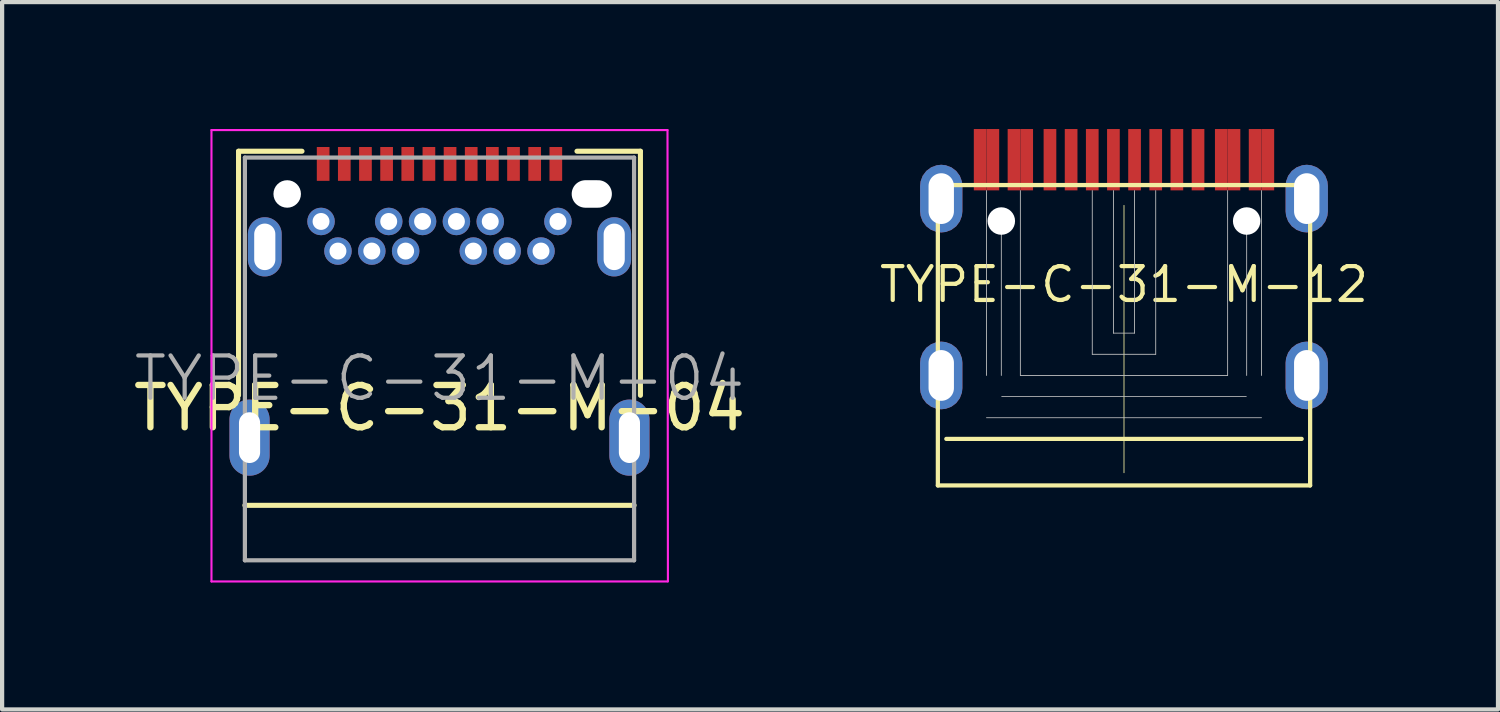
<source format=kicad_pcb>
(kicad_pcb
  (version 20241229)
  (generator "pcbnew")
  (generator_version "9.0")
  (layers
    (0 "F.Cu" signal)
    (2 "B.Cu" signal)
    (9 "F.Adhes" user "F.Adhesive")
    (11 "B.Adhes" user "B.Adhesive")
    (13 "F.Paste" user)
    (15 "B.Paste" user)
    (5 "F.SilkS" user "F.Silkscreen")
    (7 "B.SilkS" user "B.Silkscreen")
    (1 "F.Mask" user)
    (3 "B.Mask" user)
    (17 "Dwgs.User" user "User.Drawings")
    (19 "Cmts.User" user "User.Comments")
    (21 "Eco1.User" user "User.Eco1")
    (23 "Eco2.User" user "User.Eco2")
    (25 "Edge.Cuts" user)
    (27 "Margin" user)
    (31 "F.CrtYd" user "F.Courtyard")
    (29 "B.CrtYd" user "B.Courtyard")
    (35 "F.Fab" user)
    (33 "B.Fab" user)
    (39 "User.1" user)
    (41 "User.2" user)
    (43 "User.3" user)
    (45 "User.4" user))
  (footprint "TYPE-C-31-M-12"
    (layer "F.Cu")
    (at 23.52 5.825)
    (property "Reference" "TYPE-C-31-M-12" (at 0 -2.15 0) (layer "F.SilkS") (effects (font (size 0.8 0.8) (thickness 0.1))))
    (attr smd)
    (fp_line (start -4.4 -4.5) (end -4.4 2.6) (stroke (width 0.1) (type solid)) (layer "F.SilkS"))
    (fp_line (start -4.4 -4.5) (end 4.4 -4.5) (stroke (width 0.1) (type solid)) (layer "F.SilkS"))
    (fp_line (start 0 -4.02) (end 0 2.3) (stroke (width 0.02) (type solid)) (layer "F.SilkS"))
    (fp_line (start 4.2 1.5) (end -4.2 1.5) (stroke (width 0.1) (type solid)) (layer "F.SilkS"))
    (fp_line (start 4.4 -4.5) (end 4.4 2.6) (stroke (width 0.1) (type solid)) (layer "F.SilkS"))
    (fp_line (start 4.4 2.6) (end -4.4 2.6) (stroke (width 0.1) (type solid)) (layer "F.SilkS"))
    (fp_line (start -3.25 -4.37) (end -3.25 0) (stroke (width 0.02) (type solid)) (layer "Dwgs.User"))
    (fp_line (start -3.25 1) (end 3.25 1) (stroke (width 0.02) (type solid)) (layer "Dwgs.User"))
    (fp_line (start -2.9 -3.65) (end -2.9 0) (stroke (width 0.02) (type solid)) (layer "Dwgs.User"))
    (fp_line (start -2.89 0.5) (end 2.89 0.5) (stroke (width 0.02) (type solid)) (layer "Dwgs.User"))
    (fp_line (start -2.45 -4.37) (end -2.45 0) (stroke (width 0.02) (type solid)) (layer "Dwgs.User"))
    (fp_line (start -2.45 0) (end 2.45 0) (stroke (width 0.02) (type solid)) (layer "Dwgs.User"))
    (fp_line (start -0.75 -4.37) (end -0.75 -0.5) (stroke (width 0.02) (type solid)) (layer "Dwgs.User"))
    (fp_line (start -0.75 -0.5) (end 0.75 -0.5) (stroke (width 0.02) (type solid)) (layer "Dwgs.User"))
    (fp_line (start -0.25 -4.37) (end -0.25 -1) (stroke (width 0.02) (type solid)) (layer "Dwgs.User"))
    (fp_line (start -0.25 -1) (end 0.25 -1) (stroke (width 0.02) (type solid)) (layer "Dwgs.User"))
    (fp_line (start 0.25 -4.37) (end 0.25 -1) (stroke (width 0.02) (type solid)) (layer "Dwgs.User"))
    (fp_line (start 0.75 -4.37) (end 0.75 -0.5) (stroke (width 0.02) (type solid)) (layer "Dwgs.User"))
    (fp_line (start 2.45 -4.37) (end 2.45 0) (stroke (width 0.02) (type solid)) (layer "Dwgs.User"))
    (fp_line (start 2.9 -3.65) (end 2.9 0) (stroke (width 0.02) (type solid)) (layer "Dwgs.User"))
    (fp_line (start 3.25 -4.37) (end 3.25 0) (stroke (width 0.02) (type solid)) (layer "Dwgs.User"))
    (pad "" np_thru_hole circle (at -2.9 -3.65) (size 0.65 0.65) (drill 0.65) (layers "*.Cu" "*.Mask"))
    (pad "" np_thru_hole circle (at 2.9 -3.65) (size 0.65 0.65) (drill 0.65) (layers "*.Cu" "*.Mask"))
    (pad "A1" smd rect (at -3.4 -5.1) (size 0.3 1.45) (layers "F.Cu" "F.Mask" "F.Paste"))
    (pad "A4" smd rect (at -2.6 -5.1) (size 0.3 1.45) (layers "F.Cu" "F.Mask" "F.Paste"))
    (pad "A5" smd rect (at -1.25 -5.1) (size 0.3 1.45) (layers "F.Cu" "F.Mask" "F.Paste"))
    (pad "A6" smd rect (at -0.25 -5.1) (size 0.3 1.45) (layers "F.Cu" "F.Mask" "F.Paste"))
    (pad "A7" smd rect (at 0.25 -5.1) (size 0.3 1.45) (layers "F.Cu" "F.Mask" "F.Paste"))
    (pad "A8" smd rect (at 1.25 -5.1) (size 0.3 1.45) (layers "F.Cu" "F.Mask" "F.Paste"))
    (pad "A9" smd rect (at 2.6 -5.1) (size 0.3 1.45) (layers "F.Cu" "F.Mask" "F.Paste"))
    (pad "A12" smd rect (at 3.4 -5.1) (size 0.3 1.45) (layers "F.Cu" "F.Mask" "F.Paste"))
    (pad "B1" smd rect (at 3.1 -5.1) (size 0.3 1.45) (layers "F.Cu" "F.Mask" "F.Paste"))
    (pad "B4" smd rect (at 2.3 -5.1) (size 0.3 1.45) (layers "F.Cu" "F.Mask" "F.Paste"))
    (pad "B5" smd rect (at 1.75 -5.1) (size 0.3 1.45) (layers "F.Cu" "F.Mask" "F.Paste"))
    (pad "B6" smd rect (at 0.75 -5.1) (size 0.3 1.45) (layers "F.Cu" "F.Mask" "F.Paste"))
    (pad "B7" smd rect (at -0.75 -5.1) (size 0.3 1.45) (layers "F.Cu" "F.Mask" "F.Paste"))
    (pad "B8" smd rect (at -1.75 -5.1) (size 0.3 1.45) (layers "F.Cu" "F.Mask" "F.Paste"))
    (pad "B9" smd rect (at -2.3 -5.1) (size 0.3 1.45) (layers "F.Cu" "F.Mask" "F.Paste"))
    (pad "B12" smd rect (at -3.1 -5.1) (size 0.3 1.45) (layers "F.Cu" "F.Mask" "F.Paste"))
    (pad "S1" thru_hole roundrect (at -4.32 -4.18) (size 1 1.6) (drill oval 0.6 1.2) (layers "*.Cu" "*.Mask") (roundrect_rratio 0.5))
    (pad "S1" thru_hole roundrect (at -4.32 0) (size 1 1.6) (drill oval 0.6 1.2) (layers "*.Cu" "*.Mask") (roundrect_rratio 0.5))
    (pad "S1" thru_hole roundrect (at 4.32 -4.18) (size 1 1.6) (drill oval 0.6 1.2) (layers "*.Cu" "*.Mask") (roundrect_rratio 0.5))
    (pad "S1" thru_hole roundrect (at 4.32 0) (size 1 1.6) (drill oval 0.6 1.2) (layers "*.Cu" "*.Mask") (roundrect_rratio 0.5)))
  (footprint "TYPE-C-31-M-04"
    (layer "F.Cu")
    (at 7.339 5.895)
    (property "Reference" "TYPE-C-31-M-04" (at 0 0.7 180) (layer "F.SilkS") (effects (font (size 1 1) (thickness 0.15))))
    (attr smd)
    (fp_line (start -4.75 -5.37) (end -4.75 0.4) (stroke (width 0.12) (type solid)) (layer "F.SilkS"))
    (fp_line (start -4.75 -5.37) (end -3.25 -5.37) (stroke (width 0.12) (type solid)) (layer "F.SilkS"))
    (fp_line (start -4.6 3) (end 4.6 3) (stroke (width 0.12) (type solid)) (layer "F.SilkS"))
    (fp_line (start 3.25 -5.37) (end 4.75 -5.37) (stroke (width 0.12) (type solid)) (layer "F.SilkS"))
    (fp_line (start 4.75 -5.37) (end 4.75 0.4) (stroke (width 0.12) (type solid)) (layer "F.SilkS"))
    (fp_line (start -5.39 -5.87) (end 5.39 -5.87) (stroke (width 0.05) (type solid)) (layer "F.CrtYd"))
    (fp_line (start -5.39 4.8) (end -5.39 -5.87) (stroke (width 0.05) (type solid)) (layer "F.CrtYd"))
    (fp_line (start 5.39 -5.87) (end 5.4 4.8) (stroke (width 0.05) (type solid)) (layer "F.CrtYd"))
    (fp_line (start 5.39 4.8) (end -5.39 4.8) (stroke (width 0.05) (type solid)) (layer "F.CrtYd"))
    (fp_line (start -4.6 -5.22) (end 4.6 -5.22) (stroke (width 0.1) (type solid)) (layer "F.Fab"))
    (fp_line (start -4.6 4.3) (end -4.6 -5.22) (stroke (width 0.1) (type solid)) (layer "F.Fab"))
    (fp_line (start -4.6 4.3) (end 4.6 4.3) (stroke (width 0.1) (type solid)) (layer "F.Fab"))
    (fp_line (start 4.6 4.3) (end 4.6 -5.22) (stroke (width 0.1) (type solid)) (layer "F.Fab"))
    (fp_text user "${REFERENCE}" (at 0 0 180) (layer "F.Fab") (effects (font (size 1 1) (thickness 0.1))))
    (pad "" np_thru_hole circle (at -3.6 -4.36) (size 0.65 0.65) (drill 0.65) (layers "*.Cu" "*.Mask"))
    (pad "" np_thru_hole oval (at 3.6 -4.36) (size 0.95 0.65) (drill oval 0.95 0.65) (layers "*.Cu" "*.Mask"))
    (pad "A1" smd rect (at -2.75 -5.07) (size 0.3 0.8) (layers "F.Cu" "F.Mask" "F.Paste"))
    (pad "A2" smd rect (at -2.25 -5.07) (size 0.3 0.8) (layers "F.Cu" "F.Mask" "F.Paste"))
    (pad "A3" smd rect (at -1.75 -5.07) (size 0.3 0.8) (layers "F.Cu" "F.Mask" "F.Paste"))
    (pad "A4" smd rect (at -1.25 -5.07) (size 0.3 0.8) (layers "F.Cu" "F.Mask" "F.Paste"))
    (pad "A5" smd rect (at -0.75 -5.07) (size 0.3 0.8) (layers "F.Cu" "F.Mask" "F.Paste"))
    (pad "A6" smd rect (at -0.25 -5.07) (size 0.3 0.8) (layers "F.Cu" "F.Mask" "F.Paste"))
    (pad "A7" smd rect (at 0.25 -5.07) (size 0.3 0.8) (layers "F.Cu" "F.Mask" "F.Paste"))
    (pad "A8" smd rect (at 0.75 -5.07) (size 0.3 0.8) (layers "F.Cu" "F.Mask" "F.Paste"))
    (pad "A9" smd rect (at 1.25 -5.07) (size 0.3 0.8) (layers "F.Cu" "F.Mask" "F.Paste"))
    (pad "A10" smd rect (at 1.75 -5.07) (size 0.3 0.8) (layers "F.Cu" "F.Mask" "F.Paste"))
    (pad "A11" smd rect (at 2.25 -5.07) (size 0.3 0.8) (layers "F.Cu" "F.Mask" "F.Paste"))
    (pad "A12" smd rect (at 2.75 -5.07) (size 0.3 0.8) (layers "F.Cu" "F.Mask" "F.Paste"))
    (pad "B1" thru_hole circle (at 2.8 -3.71) (size 0.65 0.65) (drill 0.4) (layers "*.Cu" "*.Mask"))
    (pad "B2" thru_hole circle (at 2.4 -3.01) (size 0.65 0.65) (drill 0.4) (layers "*.Cu" "*.Mask"))
    (pad "B3" thru_hole circle (at 1.6 -3.01) (size 0.65 0.65) (drill 0.4) (layers "*.Cu" "*.Mask"))
    (pad "B4" thru_hole circle (at 1.2 -3.71) (size 0.65 0.65) (drill 0.4) (layers "*.Cu" "*.Mask"))
    (pad "B5" thru_hole circle (at 0.8 -3.01) (size 0.65 0.65) (drill 0.4) (layers "*.Cu" "*.Mask"))
    (pad "B6" thru_hole circle (at 0.4 -3.71) (size 0.65 0.65) (drill 0.4) (layers "*.Cu" "*.Mask"))
    (pad "B7" thru_hole circle (at -0.4 -3.71) (size 0.65 0.65) (drill 0.4) (layers "*.Cu" "*.Mask"))
    (pad "B8" thru_hole circle (at -0.8 -3.01) (size 0.65 0.65) (drill 0.4) (layers "*.Cu" "*.Mask"))
    (pad "B9" thru_hole circle (at -1.2 -3.71) (size 0.65 0.65) (drill 0.4) (layers "*.Cu" "*.Mask"))
    (pad "B10" thru_hole circle (at -1.6 -3.01) (size 0.65 0.65) (drill 0.4) (layers "*.Cu" "*.Mask"))
    (pad "B11" thru_hole circle (at -2.4 -3.01) (size 0.65 0.65) (drill 0.4) (layers "*.Cu" "*.Mask"))
    (pad "B12" thru_hole circle (at -2.8 -3.71) (size 0.65 0.65) (drill 0.4) (layers "*.Cu" "*.Mask"))
    (pad "S1" thru_hole oval (at -4.49 1.4) (size 0.95 1.8) (drill oval 0.5 1.2) (layers "*.Cu" "*.Mask"))
    (pad "S1" thru_hole oval (at -4.13 -3.11) (size 0.8 1.4) (drill oval 0.5 1.1) (layers "*.Cu" "*.Mask"))
    (pad "S1" thru_hole oval (at 4.13 -3.11) (size 0.8 1.4) (drill oval 0.5 1.1) (layers "*.Cu" "*.Mask"))
    (pad "S1" thru_hole oval (at 4.49 1.4) (size 0.95 1.8) (drill oval 0.5 1.2) (layers "*.Cu" "*.Mask")))
  (gr_rect
    (start -3 -3)
    (end 32.361 13.72)
    (stroke (width 0.1) (type default))
    (fill no)
    (layer "Edge.Cuts")))
</source>
